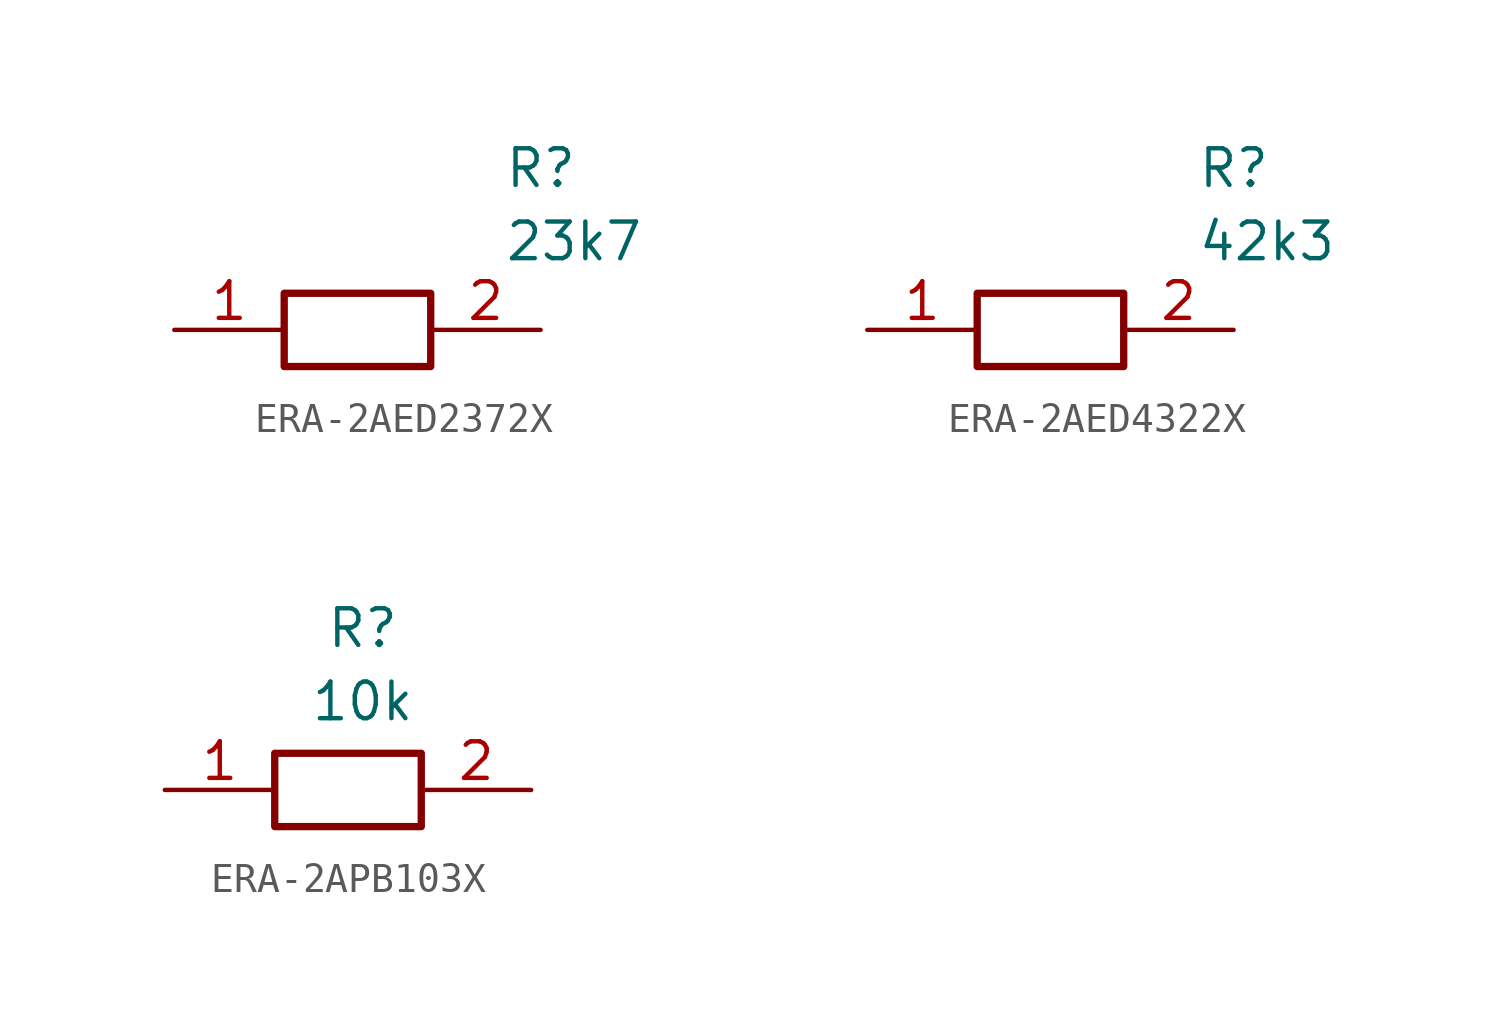
<source format=kicad_sym>
(kicad_symbol_lib
  (version 20231120)
  (generator "kicad_symbol_editor")
  (generator_version "8.0")
  (symbol "ERA-2AED2372X"
    (pin_names hide)
    (property "Reference" "R"
      (at 13.97 6.35 0)
      (effects (font (size 1.27 1.27)) (justify left top)))
    (property "Value" "23k7"
      (at 13.97 3.81 0)
      (effects (font (size 1.27 1.27)) (justify left top)))
    (symbol "ERA-2AED2372X_1_1"
      (rectangle (start 6.35 1.27) (end 11.43 -1.27) (stroke (width 0.254) (type default)) (fill (type none)))
      (pin passive line (at 2.54 0 0) (length 3.81) (name "1" (effects (font (size 1.27 1.27)))) (number "1" (effects (font (size 1.27 1.27)))))
      (pin passive line (at 15.24 0 180) (length 3.81) (name "2" (effects (font (size 1.27 1.27)))) (number "2" (effects (font (size 1.27 1.27)))))))
  (symbol "ERA-2AED4322X"
    (pin_names hide)
    (property "Reference" "R"
      (at 13.97 6.35 0)
      (effects (font (size 1.27 1.27)) (justify left top)))
    (property "Value" "42k3"
      (at 13.97 3.81 0)
      (effects (font (size 1.27 1.27)) (justify left top)))
    (symbol "ERA-2AED4322X_1_1"
      (rectangle (start 6.35 1.27) (end 11.43 -1.27) (stroke (width 0.254) (type default)) (fill (type none)))
      (pin passive line (at 2.54 0 0) (length 3.81) (name "1" (effects (font (size 1.27 1.27)))) (number "1" (effects (font (size 1.27 1.27)))))
      (pin passive line (at 15.24 0 180) (length 3.81) (name "2" (effects (font (size 1.27 1.27)))) (number "2" (effects (font (size 1.27 1.27)))))))
  (symbol "ERA-2APB103X"
    (pin_names hide)
    (property "Reference" "R"
      (at 6.858 6.35 0)
      (effects (font (size 1.27 1.27)) (justify top)))
    (property "Value" "10k"
      (at 6.858 3.81 0)
      (effects (font (size 1.27 1.27)) (justify top)))
    (symbol "ERA-2APB103X_1_1"
      (rectangle (start 3.81 1.27) (end 8.89 -1.27) (stroke (width 0.254) (type default)) (fill (type none)))
      (pin passive line (at 0 0 0) (length 3.81) (name "1" (effects (font (size 1.27 1.27)))) (number "1" (effects (font (size 1.27 1.27)))))
      (pin passive line (at 12.7 0 180) (length 3.81) (name "2" (effects (font (size 1.27 1.27)))) (number "2" (effects (font (size 1.27 1.27))))))))
</source>
